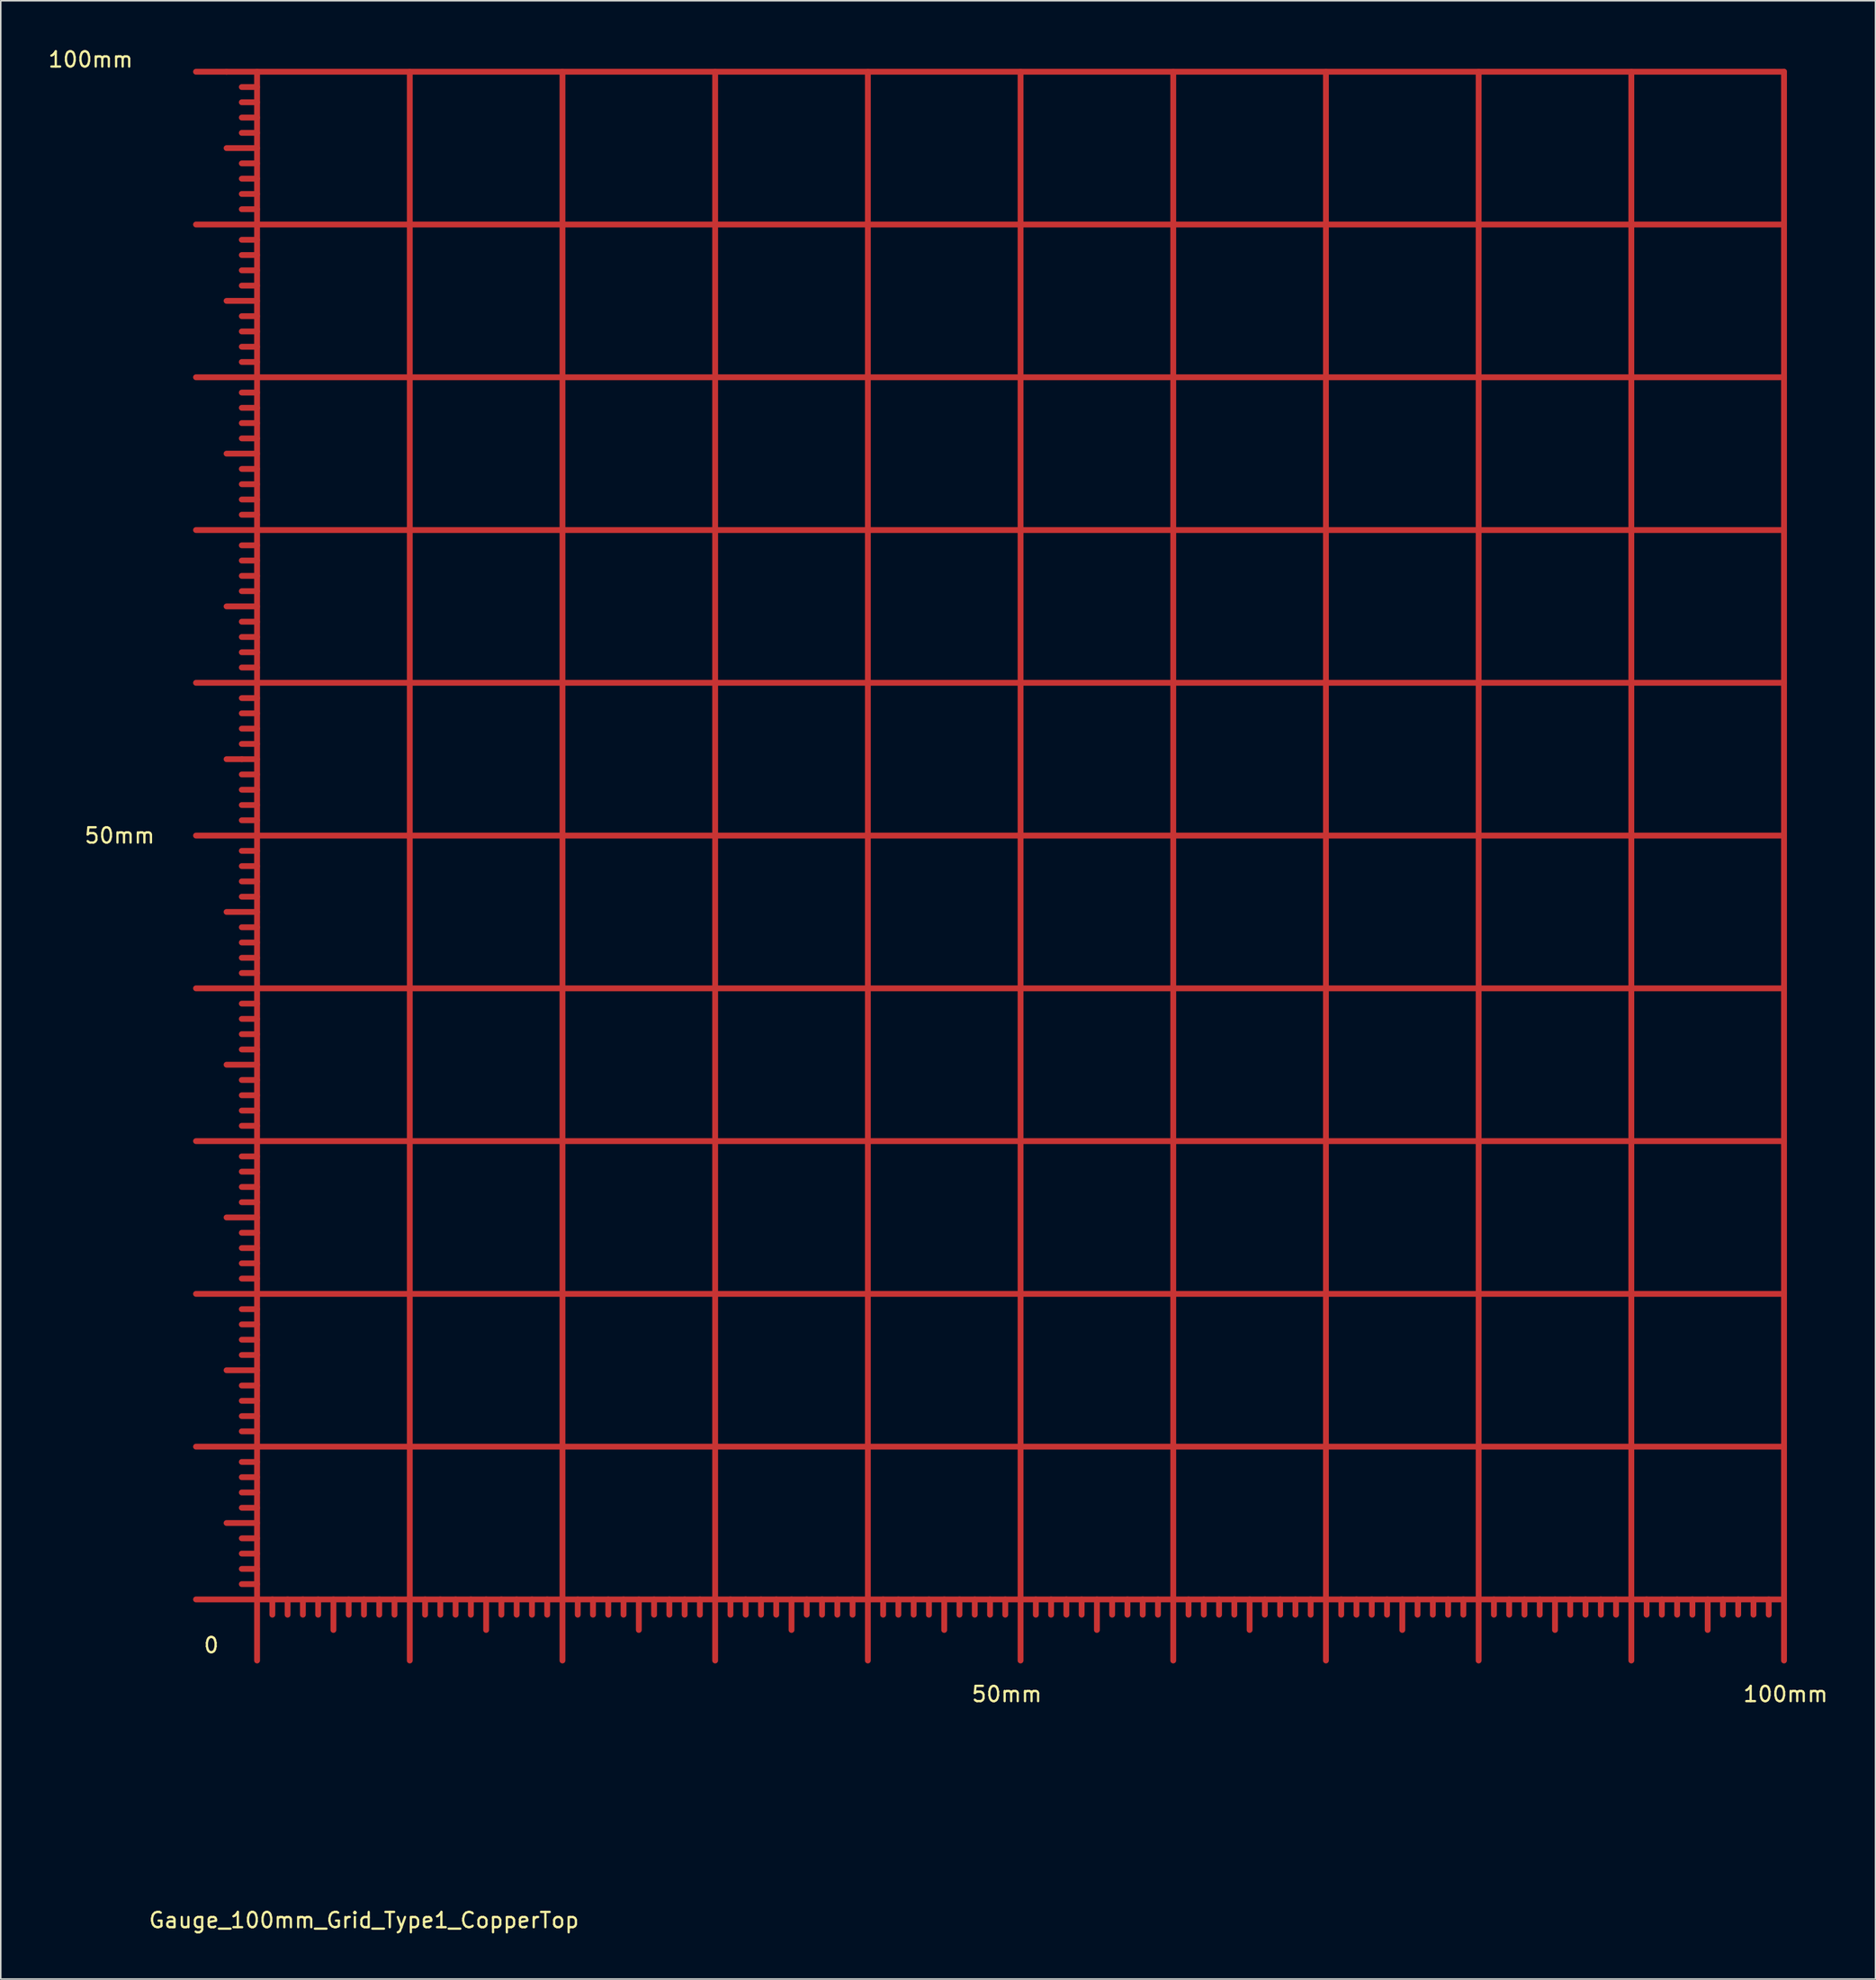
<source format=kicad_pcb>
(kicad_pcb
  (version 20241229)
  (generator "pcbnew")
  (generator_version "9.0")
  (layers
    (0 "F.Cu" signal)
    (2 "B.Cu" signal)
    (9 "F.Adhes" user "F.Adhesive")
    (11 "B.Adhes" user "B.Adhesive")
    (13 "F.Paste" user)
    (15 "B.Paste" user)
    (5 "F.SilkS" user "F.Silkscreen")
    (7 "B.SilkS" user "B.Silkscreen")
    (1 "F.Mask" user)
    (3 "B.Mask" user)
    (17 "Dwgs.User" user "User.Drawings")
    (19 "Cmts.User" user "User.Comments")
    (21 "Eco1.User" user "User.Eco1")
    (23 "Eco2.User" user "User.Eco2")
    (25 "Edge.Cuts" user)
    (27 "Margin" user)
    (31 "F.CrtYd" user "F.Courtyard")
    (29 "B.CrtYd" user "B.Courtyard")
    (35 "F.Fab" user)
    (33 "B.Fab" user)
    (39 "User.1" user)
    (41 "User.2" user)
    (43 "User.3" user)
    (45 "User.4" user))
  (footprint "Gauge_100mm_Grid_Type1_CopperTop"
    (layer "F.Cu")
    (at 13.786 101.646)
    (property "Reference" "Gauge_100mm_Grid_Type1_CopperTop" (at 7 21.001 0) (layer "F.SilkS") (effects (font (size 1 1) (thickness 0.15))))
    (attr through_hole)
    (fp_line (start -1.999 -100) (end -4 -100) (stroke (width 0.381) (type solid)) (layer "F.Cu"))
    (fp_line (start -1.001 -55.001) (end -1.999 -55.001) (stroke (width 0.381) (type solid)) (layer "F.Cu"))
    (fp_line (start 0 -100) (end -1.999 -100) (stroke (width 0.381) (type solid)) (layer "F.Cu"))
    (fp_line (start 0 -100) (end 100 -100) (stroke (width 0.381) (type solid)) (layer "F.Cu"))
    (fp_line (start 0 -98.999) (end -1.001 -98.999) (stroke (width 0.381) (type solid)) (layer "F.Cu"))
    (fp_line (start 0 -98.001) (end -1.001 -98.001) (stroke (width 0.381) (type solid)) (layer "F.Cu"))
    (fp_line (start 0 -97) (end -1.001 -97) (stroke (width 0.381) (type solid)) (layer "F.Cu"))
    (fp_line (start 0 -95.999) (end -1.001 -95.999) (stroke (width 0.381) (type solid)) (layer "F.Cu"))
    (fp_line (start 0 -95.001) (end -1.999 -95.001) (stroke (width 0.381) (type solid)) (layer "F.Cu"))
    (fp_line (start 0 -94) (end -1.001 -94) (stroke (width 0.381) (type solid)) (layer "F.Cu"))
    (fp_line (start 0 -93) (end -1.001 -93) (stroke (width 0.381) (type solid)) (layer "F.Cu"))
    (fp_line (start 0 -91.999) (end -1.001 -91.999) (stroke (width 0.381) (type solid)) (layer "F.Cu"))
    (fp_line (start 0 -91.001) (end -1.001 -91.001) (stroke (width 0.381) (type solid)) (layer "F.Cu"))
    (fp_line (start 0 -90) (end -4 -90) (stroke (width 0.381) (type solid)) (layer "F.Cu"))
    (fp_line (start 0 -90) (end 100 -90) (stroke (width 0.381) (type solid)) (layer "F.Cu"))
    (fp_line (start 0 -88.999) (end -1.001 -88.999) (stroke (width 0.381) (type solid)) (layer "F.Cu"))
    (fp_line (start 0 -88.001) (end -1.001 -88.001) (stroke (width 0.381) (type solid)) (layer "F.Cu"))
    (fp_line (start 0 -87) (end -1.001 -87) (stroke (width 0.381) (type solid)) (layer "F.Cu"))
    (fp_line (start 0 -85.999) (end -1.001 -85.999) (stroke (width 0.381) (type solid)) (layer "F.Cu"))
    (fp_line (start 0 -85.001) (end -1.999 -85.001) (stroke (width 0.381) (type solid)) (layer "F.Cu"))
    (fp_line (start 0 -84) (end -1.001 -84) (stroke (width 0.381) (type solid)) (layer "F.Cu"))
    (fp_line (start 0 -83) (end -1.001 -83) (stroke (width 0.381) (type solid)) (layer "F.Cu"))
    (fp_line (start 0 -81.999) (end -1.001 -81.999) (stroke (width 0.381) (type solid)) (layer "F.Cu"))
    (fp_line (start 0 -81.001) (end -1.001 -81.001) (stroke (width 0.381) (type solid)) (layer "F.Cu"))
    (fp_line (start 0 -80) (end -4 -80) (stroke (width 0.381) (type solid)) (layer "F.Cu"))
    (fp_line (start 0 -80) (end 100 -80) (stroke (width 0.381) (type solid)) (layer "F.Cu"))
    (fp_line (start 0 -78.999) (end -1.001 -78.999) (stroke (width 0.381) (type solid)) (layer "F.Cu"))
    (fp_line (start 0 -78.001) (end -1.001 -78.001) (stroke (width 0.381) (type solid)) (layer "F.Cu"))
    (fp_line (start 0 -77) (end -1.001 -77) (stroke (width 0.381) (type solid)) (layer "F.Cu"))
    (fp_line (start 0 -75.999) (end -1.001 -75.999) (stroke (width 0.381) (type solid)) (layer "F.Cu"))
    (fp_line (start 0 -75.001) (end -1.999 -75.001) (stroke (width 0.381) (type solid)) (layer "F.Cu"))
    (fp_line (start 0 -74) (end -1.001 -74) (stroke (width 0.381) (type solid)) (layer "F.Cu"))
    (fp_line (start 0 -73) (end -1.001 -73) (stroke (width 0.381) (type solid)) (layer "F.Cu"))
    (fp_line (start 0 -71.999) (end -1.001 -71.999) (stroke (width 0.381) (type solid)) (layer "F.Cu"))
    (fp_line (start 0 -71.001) (end -1.001 -71.001) (stroke (width 0.381) (type solid)) (layer "F.Cu"))
    (fp_line (start 0 -70) (end -4 -70) (stroke (width 0.381) (type solid)) (layer "F.Cu"))
    (fp_line (start 0 -70) (end 100 -70) (stroke (width 0.381) (type solid)) (layer "F.Cu"))
    (fp_line (start 0 -68.999) (end -1.001 -68.999) (stroke (width 0.381) (type solid)) (layer "F.Cu"))
    (fp_line (start 0 -68.001) (end -1.001 -68.001) (stroke (width 0.381) (type solid)) (layer "F.Cu"))
    (fp_line (start 0 -67) (end -1.001 -67) (stroke (width 0.381) (type solid)) (layer "F.Cu"))
    (fp_line (start 0 -65.999) (end -1.001 -65.999) (stroke (width 0.381) (type solid)) (layer "F.Cu"))
    (fp_line (start 0 -65.001) (end -1.999 -65.001) (stroke (width 0.381) (type solid)) (layer "F.Cu"))
    (fp_line (start 0 -64) (end -1.001 -64) (stroke (width 0.381) (type solid)) (layer "F.Cu"))
    (fp_line (start 0 -63) (end -1.001 -63) (stroke (width 0.381) (type solid)) (layer "F.Cu"))
    (fp_line (start 0 -61.999) (end -1.001 -61.999) (stroke (width 0.381) (type solid)) (layer "F.Cu"))
    (fp_line (start 0 -61.001) (end -1.001 -61.001) (stroke (width 0.381) (type solid)) (layer "F.Cu"))
    (fp_line (start 0 -60) (end -4 -60) (stroke (width 0.381) (type solid)) (layer "F.Cu"))
    (fp_line (start 0 -60) (end 100 -60) (stroke (width 0.381) (type solid)) (layer "F.Cu"))
    (fp_line (start 0 -58.999) (end -1.001 -58.999) (stroke (width 0.381) (type solid)) (layer "F.Cu"))
    (fp_line (start 0 -58.001) (end -1.001 -58.001) (stroke (width 0.381) (type solid)) (layer "F.Cu"))
    (fp_line (start 0 -57) (end -1.001 -57) (stroke (width 0.381) (type solid)) (layer "F.Cu"))
    (fp_line (start 0 -55.999) (end -1.001 -55.999) (stroke (width 0.381) (type solid)) (layer "F.Cu"))
    (fp_line (start 0 -55.001) (end -1.001 -55.001) (stroke (width 0.381) (type solid)) (layer "F.Cu"))
    (fp_line (start 0 -54) (end -1.001 -54) (stroke (width 0.381) (type solid)) (layer "F.Cu"))
    (fp_line (start 0 -53) (end -1.001 -53) (stroke (width 0.381) (type solid)) (layer "F.Cu"))
    (fp_line (start 0 -51.999) (end -1.001 -51.999) (stroke (width 0.381) (type solid)) (layer "F.Cu"))
    (fp_line (start 0 -51.001) (end -1.001 -51.001) (stroke (width 0.381) (type solid)) (layer "F.Cu"))
    (fp_line (start 0 -50) (end -4 -50) (stroke (width 0.381) (type solid)) (layer "F.Cu"))
    (fp_line (start 0 -50) (end 100 -50) (stroke (width 0.381) (type solid)) (layer "F.Cu"))
    (fp_line (start 0 -48.999) (end -1.001 -48.999) (stroke (width 0.381) (type solid)) (layer "F.Cu"))
    (fp_line (start 0 -48.001) (end -1.001 -48.001) (stroke (width 0.381) (type solid)) (layer "F.Cu"))
    (fp_line (start 0 -47) (end -1.001 -47) (stroke (width 0.381) (type solid)) (layer "F.Cu"))
    (fp_line (start 0 -45.999) (end -1.001 -45.999) (stroke (width 0.381) (type solid)) (layer "F.Cu"))
    (fp_line (start 0 -45.001) (end -1.999 -45.001) (stroke (width 0.381) (type solid)) (layer "F.Cu"))
    (fp_line (start 0 -44) (end -1.001 -44) (stroke (width 0.381) (type solid)) (layer "F.Cu"))
    (fp_line (start 0 -43) (end -1.001 -43) (stroke (width 0.381) (type solid)) (layer "F.Cu"))
    (fp_line (start 0 -41.999) (end -1.001 -41.999) (stroke (width 0.381) (type solid)) (layer "F.Cu"))
    (fp_line (start 0 -41.001) (end -1.001 -41.001) (stroke (width 0.381) (type solid)) (layer "F.Cu"))
    (fp_line (start 0 -40) (end -4 -40) (stroke (width 0.381) (type solid)) (layer "F.Cu"))
    (fp_line (start 0 -40) (end 100 -40) (stroke (width 0.381) (type solid)) (layer "F.Cu"))
    (fp_line (start 0 -38.999) (end -1.001 -38.999) (stroke (width 0.381) (type solid)) (layer "F.Cu"))
    (fp_line (start 0 -38.001) (end -1.001 -38.001) (stroke (width 0.381) (type solid)) (layer "F.Cu"))
    (fp_line (start 0 -37) (end -1.001 -37) (stroke (width 0.381) (type solid)) (layer "F.Cu"))
    (fp_line (start 0 -35.999) (end -1.001 -35.999) (stroke (width 0.381) (type solid)) (layer "F.Cu"))
    (fp_line (start 0 -35.001) (end -1.999 -35.001) (stroke (width 0.381) (type solid)) (layer "F.Cu"))
    (fp_line (start 0 -34) (end -1.001 -34) (stroke (width 0.381) (type solid)) (layer "F.Cu"))
    (fp_line (start 0 -33) (end -1.001 -33) (stroke (width 0.381) (type solid)) (layer "F.Cu"))
    (fp_line (start 0 -31.999) (end -1.001 -31.999) (stroke (width 0.381) (type solid)) (layer "F.Cu"))
    (fp_line (start 0 -31.001) (end -1.001 -31.001) (stroke (width 0.381) (type solid)) (layer "F.Cu"))
    (fp_line (start 0 -30) (end -4 -30) (stroke (width 0.381) (type solid)) (layer "F.Cu"))
    (fp_line (start 0 -30) (end 100 -30) (stroke (width 0.381) (type solid)) (layer "F.Cu"))
    (fp_line (start 0 -28.999) (end -1.001 -28.999) (stroke (width 0.381) (type solid)) (layer "F.Cu"))
    (fp_line (start 0 -28.001) (end -1.001 -28.001) (stroke (width 0.381) (type solid)) (layer "F.Cu"))
    (fp_line (start 0 -27) (end -1.001 -27) (stroke (width 0.381) (type solid)) (layer "F.Cu"))
    (fp_line (start 0 -25.999) (end -1.001 -25.999) (stroke (width 0.381) (type solid)) (layer "F.Cu"))
    (fp_line (start 0 -25.001) (end -1.999 -25.001) (stroke (width 0.381) (type solid)) (layer "F.Cu"))
    (fp_line (start 0 -24) (end -1.001 -24) (stroke (width 0.381) (type solid)) (layer "F.Cu"))
    (fp_line (start 0 -23) (end -1.001 -23) (stroke (width 0.381) (type solid)) (layer "F.Cu"))
    (fp_line (start 0 -21.999) (end -1.001 -21.999) (stroke (width 0.381) (type solid)) (layer "F.Cu"))
    (fp_line (start 0 -21.001) (end -1.001 -21.001) (stroke (width 0.381) (type solid)) (layer "F.Cu"))
    (fp_line (start 0 -20) (end -4 -20) (stroke (width 0.381) (type solid)) (layer "F.Cu"))
    (fp_line (start 0 -20) (end 100 -20) (stroke (width 0.381) (type solid)) (layer "F.Cu"))
    (fp_line (start 0 -18.999) (end -1.001 -18.999) (stroke (width 0.381) (type solid)) (layer "F.Cu"))
    (fp_line (start 0 -18.001) (end -1.001 -18.001) (stroke (width 0.381) (type solid)) (layer "F.Cu"))
    (fp_line (start 0 -17) (end -1.001 -17) (stroke (width 0.381) (type solid)) (layer "F.Cu"))
    (fp_line (start 0 -15.999) (end -1.001 -15.999) (stroke (width 0.381) (type solid)) (layer "F.Cu"))
    (fp_line (start 0 -15.001) (end -1.999 -15.001) (stroke (width 0.381) (type solid)) (layer "F.Cu"))
    (fp_line (start 0 -14) (end -1.001 -14) (stroke (width 0.381) (type solid)) (layer "F.Cu"))
    (fp_line (start 0 -13) (end -1.001 -13) (stroke (width 0.381) (type solid)) (layer "F.Cu"))
    (fp_line (start 0 -11.999) (end -1.001 -11.999) (stroke (width 0.381) (type solid)) (layer "F.Cu"))
    (fp_line (start 0 -11.001) (end -1.001 -11.001) (stroke (width 0.381) (type solid)) (layer "F.Cu"))
    (fp_line (start 0 -10) (end -4 -10) (stroke (width 0.381) (type solid)) (layer "F.Cu"))
    (fp_line (start 0 -10) (end 100 -10) (stroke (width 0.381) (type solid)) (layer "F.Cu"))
    (fp_line (start 0 -8.999) (end -1.001 -8.999) (stroke (width 0.381) (type solid)) (layer "F.Cu"))
    (fp_line (start 0 -8.001) (end -1.001 -8.001) (stroke (width 0.381) (type solid)) (layer "F.Cu"))
    (fp_line (start 0 -7) (end -1.001 -7) (stroke (width 0.381) (type solid)) (layer "F.Cu"))
    (fp_line (start 0 -5.999) (end -1.001 -5.999) (stroke (width 0.381) (type solid)) (layer "F.Cu"))
    (fp_line (start 0 -5.001) (end -1.999 -5.001) (stroke (width 0.381) (type solid)) (layer "F.Cu"))
    (fp_line (start 0 -4) (end -1.001 -4) (stroke (width 0.381) (type solid)) (layer "F.Cu"))
    (fp_line (start 0 -3) (end -1.001 -3) (stroke (width 0.381) (type solid)) (layer "F.Cu"))
    (fp_line (start 0 -1.999) (end -1.001 -1.999) (stroke (width 0.381) (type solid)) (layer "F.Cu"))
    (fp_line (start 0 -1.001) (end -1.001 -1.001) (stroke (width 0.381) (type solid)) (layer "F.Cu"))
    (fp_line (start 0 0) (end -4 0) (stroke (width 0.381) (type solid)) (layer "F.Cu"))
    (fp_line (start 0 0) (end 0 -100) (stroke (width 0.381) (type solid)) (layer "F.Cu"))
    (fp_line (start 0 0) (end 0 4) (stroke (width 0.381) (type solid)) (layer "F.Cu"))
    (fp_line (start 0 0) (end 100 0) (stroke (width 0.381) (type solid)) (layer "F.Cu"))
    (fp_line (start 1.001 0) (end 1.001 1.001) (stroke (width 0.381) (type solid)) (layer "F.Cu"))
    (fp_line (start 1.999 0) (end 1.999 1.001) (stroke (width 0.381) (type solid)) (layer "F.Cu"))
    (fp_line (start 3 0) (end 3 1.001) (stroke (width 0.381) (type solid)) (layer "F.Cu"))
    (fp_line (start 4 0) (end 4 1.001) (stroke (width 0.381) (type solid)) (layer "F.Cu"))
    (fp_line (start 5.001 0) (end 5.001 1.999) (stroke (width 0.381) (type solid)) (layer "F.Cu"))
    (fp_line (start 5.999 0) (end 5.999 1.001) (stroke (width 0.381) (type solid)) (layer "F.Cu"))
    (fp_line (start 7 0) (end 7 1.001) (stroke (width 0.381) (type solid)) (layer "F.Cu"))
    (fp_line (start 8.001 0) (end 8.001 1.001) (stroke (width 0.381) (type solid)) (layer "F.Cu"))
    (fp_line (start 8.999 0) (end 8.999 1.001) (stroke (width 0.381) (type solid)) (layer "F.Cu"))
    (fp_line (start 10 0) (end 10 -100) (stroke (width 0.381) (type solid)) (layer "F.Cu"))
    (fp_line (start 10 0) (end 10 4) (stroke (width 0.381) (type solid)) (layer "F.Cu"))
    (fp_line (start 11.001 0) (end 11.001 1.001) (stroke (width 0.381) (type solid)) (layer "F.Cu"))
    (fp_line (start 11.999 0) (end 11.999 1.001) (stroke (width 0.381) (type solid)) (layer "F.Cu"))
    (fp_line (start 13 0) (end 13 1.001) (stroke (width 0.381) (type solid)) (layer "F.Cu"))
    (fp_line (start 14 0) (end 14 1.001) (stroke (width 0.381) (type solid)) (layer "F.Cu"))
    (fp_line (start 15.001 0) (end 15.001 1.999) (stroke (width 0.381) (type solid)) (layer "F.Cu"))
    (fp_line (start 15.999 0) (end 15.999 1.001) (stroke (width 0.381) (type solid)) (layer "F.Cu"))
    (fp_line (start 17 0) (end 17 1.001) (stroke (width 0.381) (type solid)) (layer "F.Cu"))
    (fp_line (start 18.001 0) (end 18.001 1.001) (stroke (width 0.381) (type solid)) (layer "F.Cu"))
    (fp_line (start 18.999 0) (end 18.999 1.001) (stroke (width 0.381) (type solid)) (layer "F.Cu"))
    (fp_line (start 20 0) (end 20 -100) (stroke (width 0.381) (type solid)) (layer "F.Cu"))
    (fp_line (start 20 0) (end 20 4) (stroke (width 0.381) (type solid)) (layer "F.Cu"))
    (fp_line (start 21.001 0) (end 21.001 1.001) (stroke (width 0.381) (type solid)) (layer "F.Cu"))
    (fp_line (start 21.999 0) (end 21.999 1.001) (stroke (width 0.381) (type solid)) (layer "F.Cu"))
    (fp_line (start 23 0) (end 23 1.001) (stroke (width 0.381) (type solid)) (layer "F.Cu"))
    (fp_line (start 24 0) (end 24 1.001) (stroke (width 0.381) (type solid)) (layer "F.Cu"))
    (fp_line (start 25.001 0) (end 25.001 1.999) (stroke (width 0.381) (type solid)) (layer "F.Cu"))
    (fp_line (start 25.999 0) (end 25.999 1.001) (stroke (width 0.381) (type solid)) (layer "F.Cu"))
    (fp_line (start 27 0) (end 27 1.001) (stroke (width 0.381) (type solid)) (layer "F.Cu"))
    (fp_line (start 28.001 0) (end 28.001 1.001) (stroke (width 0.381) (type solid)) (layer "F.Cu"))
    (fp_line (start 28.999 0) (end 28.999 1.001) (stroke (width 0.381) (type solid)) (layer "F.Cu"))
    (fp_line (start 30 0) (end 30 -100) (stroke (width 0.381) (type solid)) (layer "F.Cu"))
    (fp_line (start 30 0) (end 30 4) (stroke (width 0.381) (type solid)) (layer "F.Cu"))
    (fp_line (start 31.001 0) (end 31.001 1.001) (stroke (width 0.381) (type solid)) (layer "F.Cu"))
    (fp_line (start 31.999 0) (end 31.999 1.001) (stroke (width 0.381) (type solid)) (layer "F.Cu"))
    (fp_line (start 33 0) (end 33 1.001) (stroke (width 0.381) (type solid)) (layer "F.Cu"))
    (fp_line (start 34 0) (end 34 1.001) (stroke (width 0.381) (type solid)) (layer "F.Cu"))
    (fp_line (start 35.001 0) (end 35.001 1.999) (stroke (width 0.381) (type solid)) (layer "F.Cu"))
    (fp_line (start 35.999 0) (end 35.999 1.001) (stroke (width 0.381) (type solid)) (layer "F.Cu"))
    (fp_line (start 37 0) (end 37 1.001) (stroke (width 0.381) (type solid)) (layer "F.Cu"))
    (fp_line (start 38.001 0) (end 38.001 1.001) (stroke (width 0.381) (type solid)) (layer "F.Cu"))
    (fp_line (start 38.999 0) (end 38.999 1.001) (stroke (width 0.381) (type solid)) (layer "F.Cu"))
    (fp_line (start 40 0) (end 40 -100) (stroke (width 0.381) (type solid)) (layer "F.Cu"))
    (fp_line (start 40 0) (end 40 4) (stroke (width 0.381) (type solid)) (layer "F.Cu"))
    (fp_line (start 41.001 0) (end 41.001 1.001) (stroke (width 0.381) (type solid)) (layer "F.Cu"))
    (fp_line (start 41.999 0) (end 41.999 1.001) (stroke (width 0.381) (type solid)) (layer "F.Cu"))
    (fp_line (start 43 0) (end 43 1.001) (stroke (width 0.381) (type solid)) (layer "F.Cu"))
    (fp_line (start 44 0) (end 44 1.001) (stroke (width 0.381) (type solid)) (layer "F.Cu"))
    (fp_line (start 45.001 0) (end 45.001 1.999) (stroke (width 0.381) (type solid)) (layer "F.Cu"))
    (fp_line (start 45.999 0) (end 45.999 1.001) (stroke (width 0.381) (type solid)) (layer "F.Cu"))
    (fp_line (start 47 0) (end 47 1.001) (stroke (width 0.381) (type solid)) (layer "F.Cu"))
    (fp_line (start 48.001 0) (end 48.001 1.001) (stroke (width 0.381) (type solid)) (layer "F.Cu"))
    (fp_line (start 48.999 0) (end 48.999 1.001) (stroke (width 0.381) (type solid)) (layer "F.Cu"))
    (fp_line (start 50 0) (end 50 -100) (stroke (width 0.381) (type solid)) (layer "F.Cu"))
    (fp_line (start 50 0) (end 50 4) (stroke (width 0.381) (type solid)) (layer "F.Cu"))
    (fp_line (start 51.001 0) (end 51.001 1.001) (stroke (width 0.381) (type solid)) (layer "F.Cu"))
    (fp_line (start 51.999 0) (end 51.999 1.001) (stroke (width 0.381) (type solid)) (layer "F.Cu"))
    (fp_line (start 53 0) (end 53 1.001) (stroke (width 0.381) (type solid)) (layer "F.Cu"))
    (fp_line (start 54 0) (end 54 1.001) (stroke (width 0.381) (type solid)) (layer "F.Cu"))
    (fp_line (start 55.001 0) (end 55.001 1.999) (stroke (width 0.381) (type solid)) (layer "F.Cu"))
    (fp_line (start 55.999 0) (end 55.999 1.001) (stroke (width 0.381) (type solid)) (layer "F.Cu"))
    (fp_line (start 57 0) (end 57 1.001) (stroke (width 0.381) (type solid)) (layer "F.Cu"))
    (fp_line (start 58.001 0) (end 58.001 1.001) (stroke (width 0.381) (type solid)) (layer "F.Cu"))
    (fp_line (start 58.999 0) (end 58.999 1.001) (stroke (width 0.381) (type solid)) (layer "F.Cu"))
    (fp_line (start 60 -100) (end 60 0) (stroke (width 0.381) (type solid)) (layer "F.Cu"))
    (fp_line (start 60 0) (end 60 4) (stroke (width 0.381) (type solid)) (layer "F.Cu"))
    (fp_line (start 61.001 0) (end 61.001 1.001) (stroke (width 0.381) (type solid)) (layer "F.Cu"))
    (fp_line (start 61.999 0) (end 61.999 1.001) (stroke (width 0.381) (type solid)) (layer "F.Cu"))
    (fp_line (start 63 0) (end 63 1.001) (stroke (width 0.381) (type solid)) (layer "F.Cu"))
    (fp_line (start 64 0) (end 64 1.001) (stroke (width 0.381) (type solid)) (layer "F.Cu"))
    (fp_line (start 65.001 0) (end 65.001 1.999) (stroke (width 0.381) (type solid)) (layer "F.Cu"))
    (fp_line (start 65.999 0) (end 65.999 1.001) (stroke (width 0.381) (type solid)) (layer "F.Cu"))
    (fp_line (start 67 0) (end 67 1.001) (stroke (width 0.381) (type solid)) (layer "F.Cu"))
    (fp_line (start 68.001 0) (end 68.001 1.001) (stroke (width 0.381) (type solid)) (layer "F.Cu"))
    (fp_line (start 68.999 0) (end 68.999 1.001) (stroke (width 0.381) (type solid)) (layer "F.Cu"))
    (fp_line (start 70 0) (end 70 -100) (stroke (width 0.381) (type solid)) (layer "F.Cu"))
    (fp_line (start 70 0) (end 70 4) (stroke (width 0.381) (type solid)) (layer "F.Cu"))
    (fp_line (start 71.001 0) (end 71.001 1.001) (stroke (width 0.381) (type solid)) (layer "F.Cu"))
    (fp_line (start 71.999 0) (end 71.999 1.001) (stroke (width 0.381) (type solid)) (layer "F.Cu"))
    (fp_line (start 73 0) (end 73 1.001) (stroke (width 0.381) (type solid)) (layer "F.Cu"))
    (fp_line (start 74 0) (end 74 1.001) (stroke (width 0.381) (type solid)) (layer "F.Cu"))
    (fp_line (start 75.001 0) (end 75.001 1.999) (stroke (width 0.381) (type solid)) (layer "F.Cu"))
    (fp_line (start 75.999 0) (end 75.999 1.001) (stroke (width 0.381) (type solid)) (layer "F.Cu"))
    (fp_line (start 77 0) (end 77 1.001) (stroke (width 0.381) (type solid)) (layer "F.Cu"))
    (fp_line (start 78.001 0) (end 78.001 1.001) (stroke (width 0.381) (type solid)) (layer "F.Cu"))
    (fp_line (start 78.999 0) (end 78.999 1.001) (stroke (width 0.381) (type solid)) (layer "F.Cu"))
    (fp_line (start 80 -100) (end 80 0) (stroke (width 0.381) (type solid)) (layer "F.Cu"))
    (fp_line (start 80 0) (end 80 4) (stroke (width 0.381) (type solid)) (layer "F.Cu"))
    (fp_line (start 81.001 0) (end 81.001 1.001) (stroke (width 0.381) (type solid)) (layer "F.Cu"))
    (fp_line (start 81.999 0) (end 81.999 1.001) (stroke (width 0.381) (type solid)) (layer "F.Cu"))
    (fp_line (start 83 0) (end 83 1.001) (stroke (width 0.381) (type solid)) (layer "F.Cu"))
    (fp_line (start 84 0) (end 84 1.001) (stroke (width 0.381) (type solid)) (layer "F.Cu"))
    (fp_line (start 85.001 0) (end 85.001 1.999) (stroke (width 0.381) (type solid)) (layer "F.Cu"))
    (fp_line (start 85.999 0) (end 85.999 1.001) (stroke (width 0.381) (type solid)) (layer "F.Cu"))
    (fp_line (start 87 0) (end 87 1.001) (stroke (width 0.381) (type solid)) (layer "F.Cu"))
    (fp_line (start 88.001 0) (end 88.001 1.001) (stroke (width 0.381) (type solid)) (layer "F.Cu"))
    (fp_line (start 88.999 0) (end 88.999 1.001) (stroke (width 0.381) (type solid)) (layer "F.Cu"))
    (fp_line (start 90 0) (end 90 -100) (stroke (width 0.381) (type solid)) (layer "F.Cu"))
    (fp_line (start 90 0) (end 90 4) (stroke (width 0.381) (type solid)) (layer "F.Cu"))
    (fp_line (start 91.001 0) (end 91.001 1.001) (stroke (width 0.381) (type solid)) (layer "F.Cu"))
    (fp_line (start 91.999 0) (end 91.999 1.001) (stroke (width 0.381) (type solid)) (layer "F.Cu"))
    (fp_line (start 93 0) (end 93 1.001) (stroke (width 0.381) (type solid)) (layer "F.Cu"))
    (fp_line (start 94 0) (end 94 1.001) (stroke (width 0.381) (type solid)) (layer "F.Cu"))
    (fp_line (start 95.001 0) (end 95.001 1.999) (stroke (width 0.381) (type solid)) (layer "F.Cu"))
    (fp_line (start 95.999 0) (end 95.999 1.001) (stroke (width 0.381) (type solid)) (layer "F.Cu"))
    (fp_line (start 97 0) (end 97 1.001) (stroke (width 0.381) (type solid)) (layer "F.Cu"))
    (fp_line (start 98.001 0) (end 98.001 1.001) (stroke (width 0.381) (type solid)) (layer "F.Cu"))
    (fp_line (start 98.999 0) (end 98.999 1.001) (stroke (width 0.381) (type solid)) (layer "F.Cu"))
    (fp_line (start 100 -100) (end 100 0) (stroke (width 0.381) (type solid)) (layer "F.Cu"))
    (fp_line (start 100 0) (end 100 4) (stroke (width 0.381) (type solid)) (layer "F.Cu"))
    (fp_text user "50mm" (at -8.999 -50 0) (layer "F.SilkS") (effects (font (size 1 1) (thickness 0.15))))
    (fp_text user "50mm" (at 49.101 6.203 0) (layer "F.SilkS") (effects (font (size 1 1) (thickness 0.15))))
    (fp_text user "100mm" (at -10.899 -100.797 0) (layer "F.SilkS") (effects (font (size 1 1) (thickness 0.15))))
    (fp_text user "100mm" (at 100.101 6.203 0) (layer "F.SilkS") (effects (font (size 1 1) (thickness 0.15))))
    (fp_text user "0" (at -3 3 0) (layer "F.SilkS") (effects (font (size 1 1) (thickness 0.15)))))
  (gr_rect
    (start -3 -3)
    (end 119.774 126.495)
    (stroke (width 0.1) (type default))
    (fill no)
    (layer "Edge.Cuts")))
</source>
